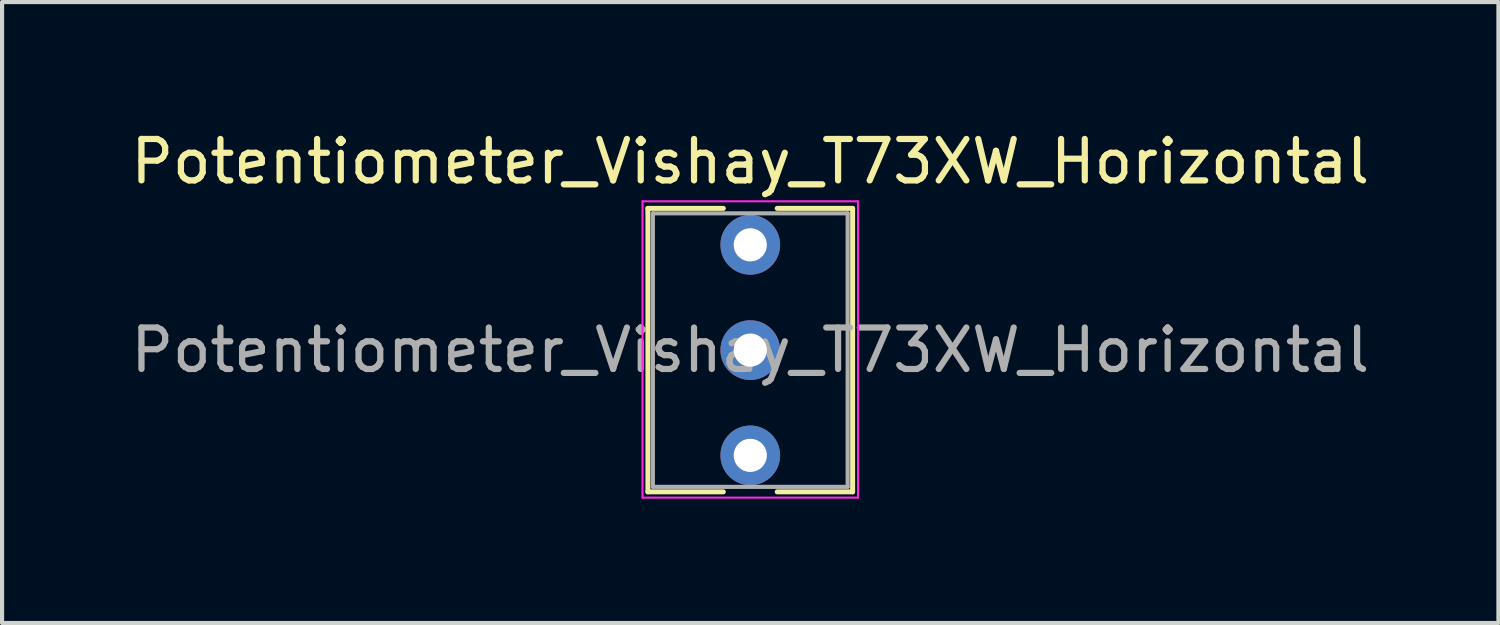
<source format=kicad_pcb>
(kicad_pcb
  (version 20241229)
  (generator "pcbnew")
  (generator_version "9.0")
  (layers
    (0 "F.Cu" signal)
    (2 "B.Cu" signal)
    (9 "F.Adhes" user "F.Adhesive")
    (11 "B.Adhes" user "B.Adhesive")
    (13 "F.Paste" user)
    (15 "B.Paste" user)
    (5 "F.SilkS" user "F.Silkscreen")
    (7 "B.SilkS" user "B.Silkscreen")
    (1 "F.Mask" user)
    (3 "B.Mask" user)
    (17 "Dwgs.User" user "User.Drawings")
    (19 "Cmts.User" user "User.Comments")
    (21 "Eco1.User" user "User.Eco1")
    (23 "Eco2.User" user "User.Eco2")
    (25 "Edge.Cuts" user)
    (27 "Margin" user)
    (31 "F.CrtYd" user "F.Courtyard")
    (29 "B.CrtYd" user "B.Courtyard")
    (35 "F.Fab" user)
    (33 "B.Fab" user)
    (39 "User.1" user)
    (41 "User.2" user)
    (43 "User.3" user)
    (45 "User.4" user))
  (footprint "Potentiometer_Vishay_T73XW_Horizontal"
    (layer "F.Cu")
    (at 15.054 2.858)
    (property "Reference" "Potentiometer_Vishay_T73XW_Horizontal" (at 0 -2.01 0) (layer "F.SilkS") (effects (font (size 1 1) (thickness 0.15))))
    (attr through_hole)
    (fp_line (start -2.47 -0.88) (end -2.47 5.96) (stroke (width 0.12) (type solid)) (layer "F.SilkS"))
    (fp_line (start -2.47 -0.88) (end -0.65 -0.88) (stroke (width 0.12) (type solid)) (layer "F.SilkS"))
    (fp_line (start -2.47 5.96) (end -0.65 5.96) (stroke (width 0.12) (type solid)) (layer "F.SilkS"))
    (fp_line (start 0.65 -0.88) (end 2.47 -0.88) (stroke (width 0.12) (type solid)) (layer "F.SilkS"))
    (fp_line (start 0.65 5.96) (end 2.47 5.96) (stroke (width 0.12) (type solid)) (layer "F.SilkS"))
    (fp_line (start 2.47 -0.88) (end 2.47 5.96) (stroke (width 0.12) (type solid)) (layer "F.SilkS"))
    (fp_line (start -2.6 -1.05) (end -2.6 6.1) (stroke (width 0.05) (type solid)) (layer "F.CrtYd"))
    (fp_line (start -2.6 6.1) (end 2.6 6.1) (stroke (width 0.05) (type solid)) (layer "F.CrtYd"))
    (fp_line (start 2.6 -1.05) (end -2.6 -1.05) (stroke (width 0.05) (type solid)) (layer "F.CrtYd"))
    (fp_line (start 2.6 6.1) (end 2.6 -1.05) (stroke (width 0.05) (type solid)) (layer "F.CrtYd"))
    (fp_line (start -2.35 -0.76) (end 2.35 -0.76) (stroke (width 0.1) (type solid)) (layer "F.Fab"))
    (fp_line (start -2.35 5.84) (end -2.35 -0.76) (stroke (width 0.1) (type solid)) (layer "F.Fab"))
    (fp_line (start 2.35 -0.76) (end 2.35 5.84) (stroke (width 0.1) (type solid)) (layer "F.Fab"))
    (fp_line (start 2.35 5.84) (end -2.35 5.84) (stroke (width 0.1) (type solid)) (layer "F.Fab"))
    (fp_text user "${REFERENCE}" (at 0 2.54 0) (layer "F.Fab") (effects (font (size 1 1) (thickness 0.15))))
    (pad "1" thru_hole circle (at 0 0) (size 1.44 1.44) (drill 0.8) (layers "*.Cu" "*.Mask"))
    (pad "2" thru_hole circle (at 0 2.54) (size 1.44 1.44) (drill 0.8) (layers "*.Cu" "*.Mask"))
    (pad "3" thru_hole circle (at 0 5.08) (size 1.44 1.44) (drill 0.8) (layers "*.Cu" "*.Mask")))
  (gr_rect
    (start -3 -3)
    (end 33.107 11.983)
    (stroke (width 0.1) (type default))
    (fill no)
    (layer "Edge.Cuts")))
</source>
